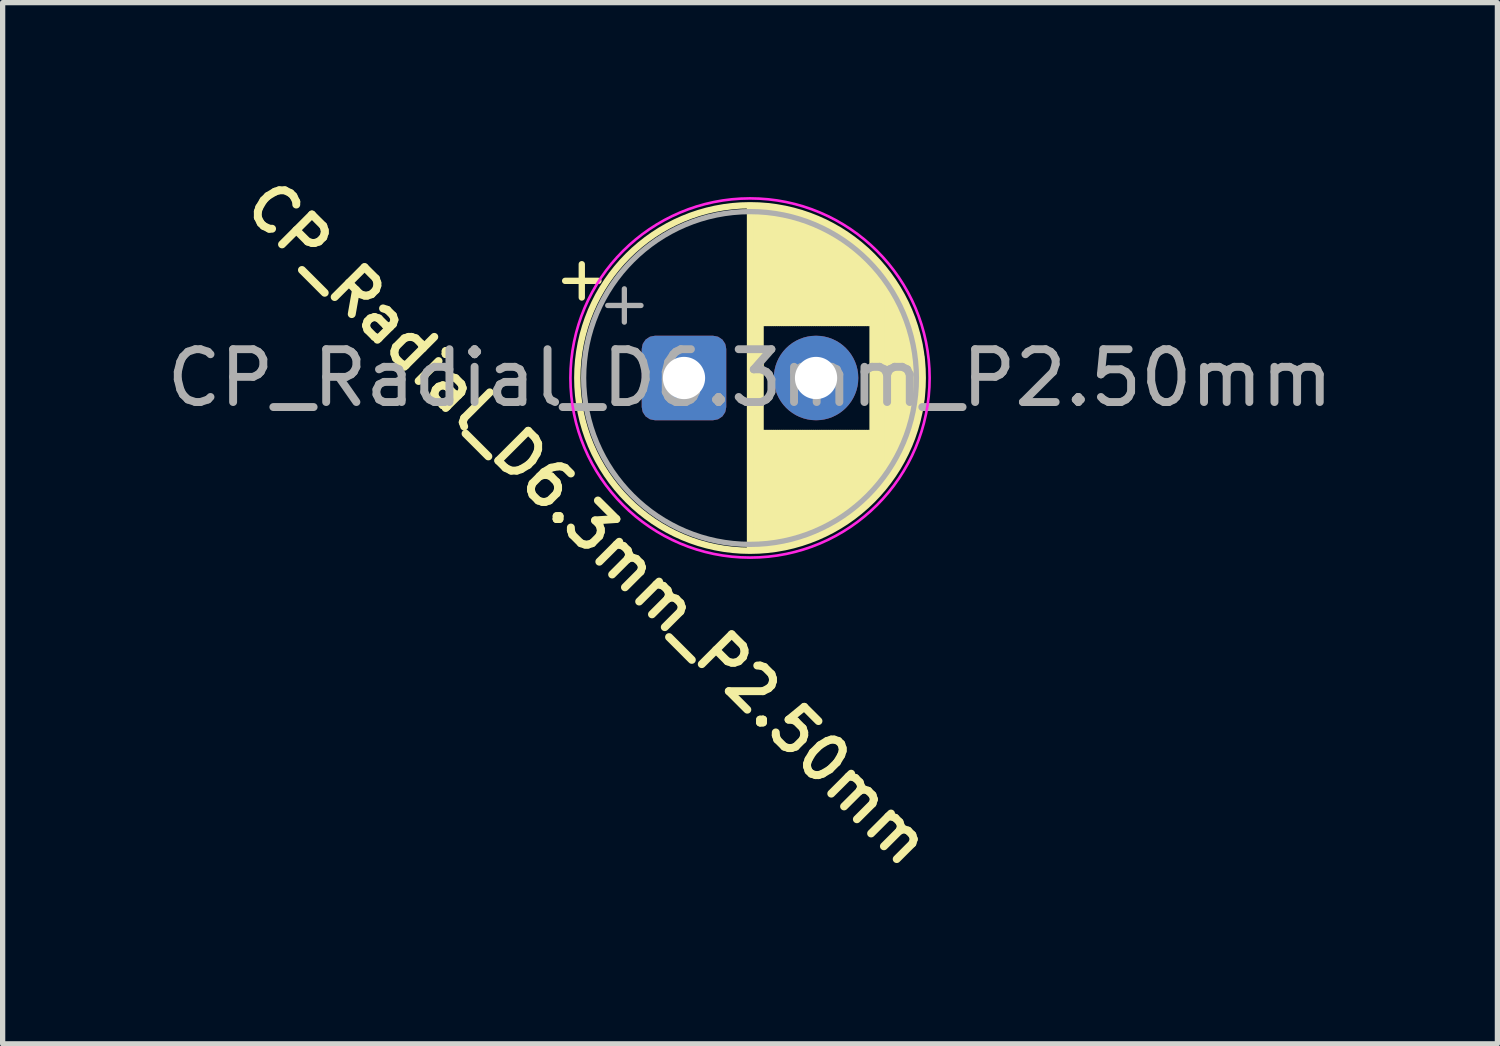
<source format=kicad_pcb>
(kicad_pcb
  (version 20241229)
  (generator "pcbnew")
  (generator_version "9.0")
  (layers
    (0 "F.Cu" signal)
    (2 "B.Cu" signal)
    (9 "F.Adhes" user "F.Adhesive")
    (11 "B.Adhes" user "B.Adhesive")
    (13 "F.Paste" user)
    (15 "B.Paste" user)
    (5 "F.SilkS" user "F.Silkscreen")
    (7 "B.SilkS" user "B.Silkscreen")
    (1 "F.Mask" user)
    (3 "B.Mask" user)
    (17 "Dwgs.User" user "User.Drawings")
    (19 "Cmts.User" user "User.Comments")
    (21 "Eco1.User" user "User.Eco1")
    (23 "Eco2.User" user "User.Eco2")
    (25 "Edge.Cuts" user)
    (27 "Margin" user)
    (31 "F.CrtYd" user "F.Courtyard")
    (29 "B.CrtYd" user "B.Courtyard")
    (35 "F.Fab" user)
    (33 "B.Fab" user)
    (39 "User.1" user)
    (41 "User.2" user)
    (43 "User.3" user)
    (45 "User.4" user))
  (footprint "CP_Radial_D6.3mm_P2.50mm"
    (layer "F.Cu")
    (at 9.899 4.106)
    (property "Reference" "CP_Radial_D6.3mm_P2.50mm" (at -1.818 2.75 135) (layer "F.SilkS") (effects (font (size 0.8 0.8) (thickness 0.15))))
    (attr through_hole)
    (fp_line (start -2.25 -1.839) (end -1.62 -1.839) (stroke (width 0.12) (type solid)) (layer "F.SilkS"))
    (fp_line (start -1.935 -2.154) (end -1.935 -1.524) (stroke (width 0.12) (type solid)) (layer "F.SilkS"))
    (fp_line (start 1.25 -3.23) (end 1.25 3.23) (stroke (width 0.12) (type solid)) (layer "F.SilkS"))
    (fp_line (start 1.29 -3.23) (end 1.29 3.23) (stroke (width 0.12) (type solid)) (layer "F.SilkS"))
    (fp_line (start 1.33 -3.229) (end 1.33 3.229) (stroke (width 0.12) (type solid)) (layer "F.SilkS"))
    (fp_line (start 1.37 -3.228) (end 1.37 3.228) (stroke (width 0.12) (type solid)) (layer "F.SilkS"))
    (fp_line (start 1.41 -3.226) (end 1.41 3.226) (stroke (width 0.12) (type solid)) (layer "F.SilkS"))
    (fp_line (start 1.45 -3.224) (end 1.45 3.224) (stroke (width 0.12) (type solid)) (layer "F.SilkS"))
    (fp_line (start 1.49 -3.221) (end 1.49 -1.04) (stroke (width 0.12) (type solid)) (layer "F.SilkS"))
    (fp_line (start 1.49 1.04) (end 1.49 3.221) (stroke (width 0.12) (type solid)) (layer "F.SilkS"))
    (fp_line (start 1.53 1.04) (end 1.53 3.218) (stroke (width 0.12) (type solid)) (layer "F.SilkS"))
    (fp_line (start 1.53 -3.218) (end 1.53 -1.04) (stroke (width 0.12) (type solid)) (layer "F.SilkS"))
    (fp_line (start 1.57 -3.214) (end 1.57 -1.04) (stroke (width 0.12) (type solid)) (layer "F.SilkS"))
    (fp_line (start 1.57 1.04) (end 1.57 3.214) (stroke (width 0.12) (type solid)) (layer "F.SilkS"))
    (fp_line (start 1.61 -3.21) (end 1.61 -1.04) (stroke (width 0.12) (type solid)) (layer "F.SilkS"))
    (fp_line (start 1.61 1.04) (end 1.61 3.21) (stroke (width 0.12) (type solid)) (layer "F.SilkS"))
    (fp_line (start 1.65 -3.205) (end 1.65 -1.04) (stroke (width 0.12) (type solid)) (layer "F.SilkS"))
    (fp_line (start 1.65 1.04) (end 1.65 3.205) (stroke (width 0.12) (type solid)) (layer "F.SilkS"))
    (fp_line (start 1.69 -3.2) (end 1.69 -1.04) (stroke (width 0.12) (type solid)) (layer "F.SilkS"))
    (fp_line (start 1.69 1.04) (end 1.69 3.2) (stroke (width 0.12) (type solid)) (layer "F.SilkS"))
    (fp_line (start 1.73 -3.195) (end 1.73 -1.04) (stroke (width 0.12) (type solid)) (layer "F.SilkS"))
    (fp_line (start 1.73 1.04) (end 1.73 3.195) (stroke (width 0.12) (type solid)) (layer "F.SilkS"))
    (fp_line (start 1.77 -3.188) (end 1.77 -1.04) (stroke (width 0.12) (type solid)) (layer "F.SilkS"))
    (fp_line (start 1.77 1.04) (end 1.77 3.188) (stroke (width 0.12) (type solid)) (layer "F.SilkS"))
    (fp_line (start 1.81 -3.182) (end 1.81 -1.04) (stroke (width 0.12) (type solid)) (layer "F.SilkS"))
    (fp_line (start 1.81 1.04) (end 1.81 3.182) (stroke (width 0.12) (type solid)) (layer "F.SilkS"))
    (fp_line (start 1.85 -3.174) (end 1.85 -1.04) (stroke (width 0.12) (type solid)) (layer "F.SilkS"))
    (fp_line (start 1.85 1.04) (end 1.85 3.174) (stroke (width 0.12) (type solid)) (layer "F.SilkS"))
    (fp_line (start 1.89 -3.167) (end 1.89 -1.04) (stroke (width 0.12) (type solid)) (layer "F.SilkS"))
    (fp_line (start 1.89 1.04) (end 1.89 3.167) (stroke (width 0.12) (type solid)) (layer "F.SilkS"))
    (fp_line (start 1.93 -3.159) (end 1.93 -1.04) (stroke (width 0.12) (type solid)) (layer "F.SilkS"))
    (fp_line (start 1.93 1.04) (end 1.93 3.159) (stroke (width 0.12) (type solid)) (layer "F.SilkS"))
    (fp_line (start 1.97 1.04) (end 1.97 3.15) (stroke (width 0.12) (type solid)) (layer "F.SilkS"))
    (fp_line (start 1.97 -3.15) (end 1.97 -1.04) (stroke (width 0.12) (type solid)) (layer "F.SilkS"))
    (fp_line (start 2.01 -3.14) (end 2.01 -1.04) (stroke (width 0.12) (type solid)) (layer "F.SilkS"))
    (fp_line (start 2.01 1.04) (end 2.01 3.14) (stroke (width 0.12) (type solid)) (layer "F.SilkS"))
    (fp_line (start 2.05 -3.131) (end 2.05 -1.04) (stroke (width 0.12) (type solid)) (layer "F.SilkS"))
    (fp_line (start 2.05 1.04) (end 2.05 3.131) (stroke (width 0.12) (type solid)) (layer "F.SilkS"))
    (fp_line (start 2.09 -3.12) (end 2.09 -1.04) (stroke (width 0.12) (type solid)) (layer "F.SilkS"))
    (fp_line (start 2.09 1.04) (end 2.09 3.12) (stroke (width 0.12) (type solid)) (layer "F.SilkS"))
    (fp_line (start 2.13 -3.109) (end 2.13 -1.04) (stroke (width 0.12) (type solid)) (layer "F.SilkS"))
    (fp_line (start 2.13 1.04) (end 2.13 3.109) (stroke (width 0.12) (type solid)) (layer "F.SilkS"))
    (fp_line (start 2.17 -3.098) (end 2.17 -1.04) (stroke (width 0.12) (type solid)) (layer "F.SilkS"))
    (fp_line (start 2.17 1.04) (end 2.17 3.098) (stroke (width 0.12) (type solid)) (layer "F.SilkS"))
    (fp_line (start 2.21 -3.086) (end 2.21 -1.04) (stroke (width 0.12) (type solid)) (layer "F.SilkS"))
    (fp_line (start 2.21 1.04) (end 2.21 3.086) (stroke (width 0.12) (type solid)) (layer "F.SilkS"))
    (fp_line (start 2.25 -3.073) (end 2.25 -1.04) (stroke (width 0.12) (type solid)) (layer "F.SilkS"))
    (fp_line (start 2.25 1.04) (end 2.25 3.073) (stroke (width 0.12) (type solid)) (layer "F.SilkS"))
    (fp_line (start 2.29 -3.06) (end 2.29 -1.04) (stroke (width 0.12) (type solid)) (layer "F.SilkS"))
    (fp_line (start 2.29 1.04) (end 2.29 3.06) (stroke (width 0.12) (type solid)) (layer "F.SilkS"))
    (fp_line (start 2.33 -3.047) (end 2.33 -1.04) (stroke (width 0.12) (type solid)) (layer "F.SilkS"))
    (fp_line (start 2.33 1.04) (end 2.33 3.047) (stroke (width 0.12) (type solid)) (layer "F.SilkS"))
    (fp_line (start 2.37 -3.032) (end 2.37 -1.04) (stroke (width 0.12) (type solid)) (layer "F.SilkS"))
    (fp_line (start 2.37 1.04) (end 2.37 3.032) (stroke (width 0.12) (type solid)) (layer "F.SilkS"))
    (fp_line (start 2.41 -3.017) (end 2.41 -1.04) (stroke (width 0.12) (type solid)) (layer "F.SilkS"))
    (fp_line (start 2.41 1.04) (end 2.41 3.017) (stroke (width 0.12) (type solid)) (layer "F.SilkS"))
    (fp_line (start 2.45 -3.002) (end 2.45 -1.04) (stroke (width 0.12) (type solid)) (layer "F.SilkS"))
    (fp_line (start 2.45 1.04) (end 2.45 3.002) (stroke (width 0.12) (type solid)) (layer "F.SilkS"))
    (fp_line (start 2.49 -2.986) (end 2.49 -1.04) (stroke (width 0.12) (type solid)) (layer "F.SilkS"))
    (fp_line (start 2.49 1.04) (end 2.49 2.986) (stroke (width 0.12) (type solid)) (layer "F.SilkS"))
    (fp_line (start 2.53 -2.969) (end 2.53 -1.04) (stroke (width 0.12) (type solid)) (layer "F.SilkS"))
    (fp_line (start 2.53 1.04) (end 2.53 2.969) (stroke (width 0.12) (type solid)) (layer "F.SilkS"))
    (fp_line (start 2.57 1.04) (end 2.57 2.952) (stroke (width 0.12) (type solid)) (layer "F.SilkS"))
    (fp_line (start 2.57 -2.952) (end 2.57 -1.04) (stroke (width 0.12) (type solid)) (layer "F.SilkS"))
    (fp_line (start 2.61 -2.934) (end 2.61 -1.04) (stroke (width 0.12) (type solid)) (layer "F.SilkS"))
    (fp_line (start 2.61 1.04) (end 2.61 2.934) (stroke (width 0.12) (type solid)) (layer "F.SilkS"))
    (fp_line (start 2.65 -2.915) (end 2.65 -1.04) (stroke (width 0.12) (type solid)) (layer "F.SilkS"))
    (fp_line (start 2.65 1.04) (end 2.65 2.915) (stroke (width 0.12) (type solid)) (layer "F.SilkS"))
    (fp_line (start 2.69 -2.896) (end 2.69 -1.04) (stroke (width 0.12) (type solid)) (layer "F.SilkS"))
    (fp_line (start 2.69 1.04) (end 2.69 2.896) (stroke (width 0.12) (type solid)) (layer "F.SilkS"))
    (fp_line (start 2.73 -2.876) (end 2.73 -1.04) (stroke (width 0.12) (type solid)) (layer "F.SilkS"))
    (fp_line (start 2.73 1.04) (end 2.73 2.876) (stroke (width 0.12) (type solid)) (layer "F.SilkS"))
    (fp_line (start 2.77 -2.855) (end 2.77 -1.04) (stroke (width 0.12) (type solid)) (layer "F.SilkS"))
    (fp_line (start 2.77 1.04) (end 2.77 2.855) (stroke (width 0.12) (type solid)) (layer "F.SilkS"))
    (fp_line (start 2.81 -2.834) (end 2.81 -1.04) (stroke (width 0.12) (type solid)) (layer "F.SilkS"))
    (fp_line (start 2.81 1.04) (end 2.81 2.834) (stroke (width 0.12) (type solid)) (layer "F.SilkS"))
    (fp_line (start 2.85 -2.812) (end 2.85 -1.04) (stroke (width 0.12) (type solid)) (layer "F.SilkS"))
    (fp_line (start 2.85 1.04) (end 2.85 2.812) (stroke (width 0.12) (type solid)) (layer "F.SilkS"))
    (fp_line (start 2.89 -2.789) (end 2.89 -1.04) (stroke (width 0.12) (type solid)) (layer "F.SilkS"))
    (fp_line (start 2.89 1.04) (end 2.89 2.789) (stroke (width 0.12) (type solid)) (layer "F.SilkS"))
    (fp_line (start 2.93 -2.765) (end 2.93 -1.04) (stroke (width 0.12) (type solid)) (layer "F.SilkS"))
    (fp_line (start 2.93 1.04) (end 2.93 2.765) (stroke (width 0.12) (type solid)) (layer "F.SilkS"))
    (fp_line (start 2.97 -2.741) (end 2.97 -1.04) (stroke (width 0.12) (type solid)) (layer "F.SilkS"))
    (fp_line (start 2.97 1.04) (end 2.97 2.741) (stroke (width 0.12) (type solid)) (layer "F.SilkS"))
    (fp_line (start 3.01 -2.716) (end 3.01 -1.04) (stroke (width 0.12) (type solid)) (layer "F.SilkS"))
    (fp_line (start 3.01 1.04) (end 3.01 2.716) (stroke (width 0.12) (type solid)) (layer "F.SilkS"))
    (fp_line (start 3.05 -2.69) (end 3.05 -1.04) (stroke (width 0.12) (type solid)) (layer "F.SilkS"))
    (fp_line (start 3.05 1.04) (end 3.05 2.69) (stroke (width 0.12) (type solid)) (layer "F.SilkS"))
    (fp_line (start 3.09 -2.663) (end 3.09 -1.04) (stroke (width 0.12) (type solid)) (layer "F.SilkS"))
    (fp_line (start 3.09 1.04) (end 3.09 2.663) (stroke (width 0.12) (type solid)) (layer "F.SilkS"))
    (fp_line (start 3.13 -2.636) (end 3.13 -1.04) (stroke (width 0.12) (type solid)) (layer "F.SilkS"))
    (fp_line (start 3.13 1.04) (end 3.13 2.636) (stroke (width 0.12) (type solid)) (layer "F.SilkS"))
    (fp_line (start 3.17 -2.607) (end 3.17 -1.04) (stroke (width 0.12) (type solid)) (layer "F.SilkS"))
    (fp_line (start 3.17 1.04) (end 3.17 2.607) (stroke (width 0.12) (type solid)) (layer "F.SilkS"))
    (fp_line (start 3.21 -2.577) (end 3.21 -1.04) (stroke (width 0.12) (type solid)) (layer "F.SilkS"))
    (fp_line (start 3.21 1.04) (end 3.21 2.577) (stroke (width 0.12) (type solid)) (layer "F.SilkS"))
    (fp_line (start 3.25 -2.547) (end 3.25 -1.04) (stroke (width 0.12) (type solid)) (layer "F.SilkS"))
    (fp_line (start 3.25 1.04) (end 3.25 2.547) (stroke (width 0.12) (type solid)) (layer "F.SilkS"))
    (fp_line (start 3.29 -2.516) (end 3.29 -1.04) (stroke (width 0.12) (type solid)) (layer "F.SilkS"))
    (fp_line (start 3.29 1.04) (end 3.29 2.516) (stroke (width 0.12) (type solid)) (layer "F.SilkS"))
    (fp_line (start 3.33 -2.483) (end 3.33 -1.04) (stroke (width 0.12) (type solid)) (layer "F.SilkS"))
    (fp_line (start 3.33 1.04) (end 3.33 2.483) (stroke (width 0.12) (type solid)) (layer "F.SilkS"))
    (fp_line (start 3.37 -2.45) (end 3.37 -1.04) (stroke (width 0.12) (type solid)) (layer "F.SilkS"))
    (fp_line (start 3.37 1.04) (end 3.37 2.45) (stroke (width 0.12) (type solid)) (layer "F.SilkS"))
    (fp_line (start 3.41 -2.415) (end 3.41 -1.04) (stroke (width 0.12) (type solid)) (layer "F.SilkS"))
    (fp_line (start 3.41 1.04) (end 3.41 2.415) (stroke (width 0.12) (type solid)) (layer "F.SilkS"))
    (fp_line (start 3.45 -2.379) (end 3.45 -1.04) (stroke (width 0.12) (type solid)) (layer "F.SilkS"))
    (fp_line (start 3.45 1.04) (end 3.45 2.379) (stroke (width 0.12) (type solid)) (layer "F.SilkS"))
    (fp_line (start 3.49 -2.342) (end 3.49 -1.04) (stroke (width 0.12) (type solid)) (layer "F.SilkS"))
    (fp_line (start 3.49 1.04) (end 3.49 2.342) (stroke (width 0.12) (type solid)) (layer "F.SilkS"))
    (fp_line (start 3.53 -2.304) (end 3.53 -1.04) (stroke (width 0.12) (type solid)) (layer "F.SilkS"))
    (fp_line (start 3.53 1.04) (end 3.53 2.304) (stroke (width 0.12) (type solid)) (layer "F.SilkS"))
    (fp_line (start 3.57 -2.264) (end 3.57 2.264) (stroke (width 0.12) (type solid)) (layer "F.SilkS"))
    (fp_line (start 3.61 -2.223) (end 3.61 2.223) (stroke (width 0.12) (type solid)) (layer "F.SilkS"))
    (fp_line (start 3.65 -2.181) (end 3.65 2.181) (stroke (width 0.12) (type solid)) (layer "F.SilkS"))
    (fp_line (start 3.69 -2.137) (end 3.69 2.137) (stroke (width 0.12) (type solid)) (layer "F.SilkS"))
    (fp_line (start 3.73 -2.091) (end 3.73 2.091) (stroke (width 0.12) (type solid)) (layer "F.SilkS"))
    (fp_line (start 3.77 -2.044) (end 3.77 2.044) (stroke (width 0.12) (type solid)) (layer "F.SilkS"))
    (fp_line (start 3.81 -1.995) (end 3.81 1.995) (stroke (width 0.12) (type solid)) (layer "F.SilkS"))
    (fp_line (start 3.85 -1.943) (end 3.85 1.943) (stroke (width 0.12) (type solid)) (layer "F.SilkS"))
    (fp_line (start 3.89 -1.89) (end 3.89 1.89) (stroke (width 0.12) (type solid)) (layer "F.SilkS"))
    (fp_line (start 3.93 -1.834) (end 3.93 1.834) (stroke (width 0.12) (type solid)) (layer "F.SilkS"))
    (fp_line (start 3.97 -1.775) (end 3.97 1.775) (stroke (width 0.12) (type solid)) (layer "F.SilkS"))
    (fp_line (start 4.01 -1.714) (end 4.01 1.714) (stroke (width 0.12) (type solid)) (layer "F.SilkS"))
    (fp_line (start 4.05 -1.649) (end 4.05 1.649) (stroke (width 0.12) (type solid)) (layer "F.SilkS"))
    (fp_line (start 4.09 -1.581) (end 4.09 1.581) (stroke (width 0.12) (type solid)) (layer "F.SilkS"))
    (fp_line (start 4.13 -1.509) (end 4.13 1.509) (stroke (width 0.12) (type solid)) (layer "F.SilkS"))
    (fp_line (start 4.17 -1.432) (end 4.17 1.432) (stroke (width 0.12) (type solid)) (layer "F.SilkS"))
    (fp_line (start 4.21 -1.35) (end 4.21 1.35) (stroke (width 0.12) (type solid)) (layer "F.SilkS"))
    (fp_line (start 4.25 -1.261) (end 4.25 1.261) (stroke (width 0.12) (type solid)) (layer "F.SilkS"))
    (fp_line (start 4.29 -1.165) (end 4.29 1.165) (stroke (width 0.12) (type solid)) (layer "F.SilkS"))
    (fp_line (start 4.33 -1.058) (end 4.33 1.058) (stroke (width 0.12) (type solid)) (layer "F.SilkS"))
    (fp_line (start 4.37 -0.939) (end 4.37 0.939) (stroke (width 0.12) (type solid)) (layer "F.SilkS"))
    (fp_line (start 4.41 -0.801) (end 4.41 0.801) (stroke (width 0.12) (type solid)) (layer "F.SilkS"))
    (fp_line (start 4.45 -0.633) (end 4.45 0.633) (stroke (width 0.12) (type solid)) (layer "F.SilkS"))
    (fp_line (start 4.49 -0.402) (end 4.49 0.402) (stroke (width 0.12) (type solid)) (layer "F.SilkS"))
    (fp_circle (center 1.25 0) (end 4.52 0) (stroke (width 0.12) (type solid)) (fill no) (layer "F.SilkS"))
    (fp_circle (center 1.25 0) (end 4.65 0) (stroke (width 0.05) (type solid)) (fill no) (layer "F.CrtYd"))
    (fp_line (start -1.444 -1.373) (end -0.814 -1.373) (stroke (width 0.1) (type solid)) (layer "F.Fab"))
    (fp_line (start -1.129 -1.688) (end -1.129 -1.058) (stroke (width 0.1) (type solid)) (layer "F.Fab"))
    (fp_circle (center 1.25 0) (end 4.4 0) (stroke (width 0.1) (type solid)) (fill no) (layer "F.Fab"))
    (fp_text user "${REFERENCE}" (at 1.25 0 180) (layer "F.Fab") (effects (font (size 1 1) (thickness 0.15))))
    (pad "1" thru_hole roundrect (at 0 0) (size 1.6 1.6) (drill 0.8) (layers "*.Cu" "*.Mask") (roundrect_rratio 0.156))
    (pad "2" thru_hole circle (at 2.5 0) (size 1.6 1.6) (drill 0.8) (layers "*.Cu" "*.Mask")))
  (gr_rect
    (start -3 -3)
    (end 25.298 16.711)
    (stroke (width 0.1) (type default))
    (fill no)
    (layer "Edge.Cuts")))
</source>
